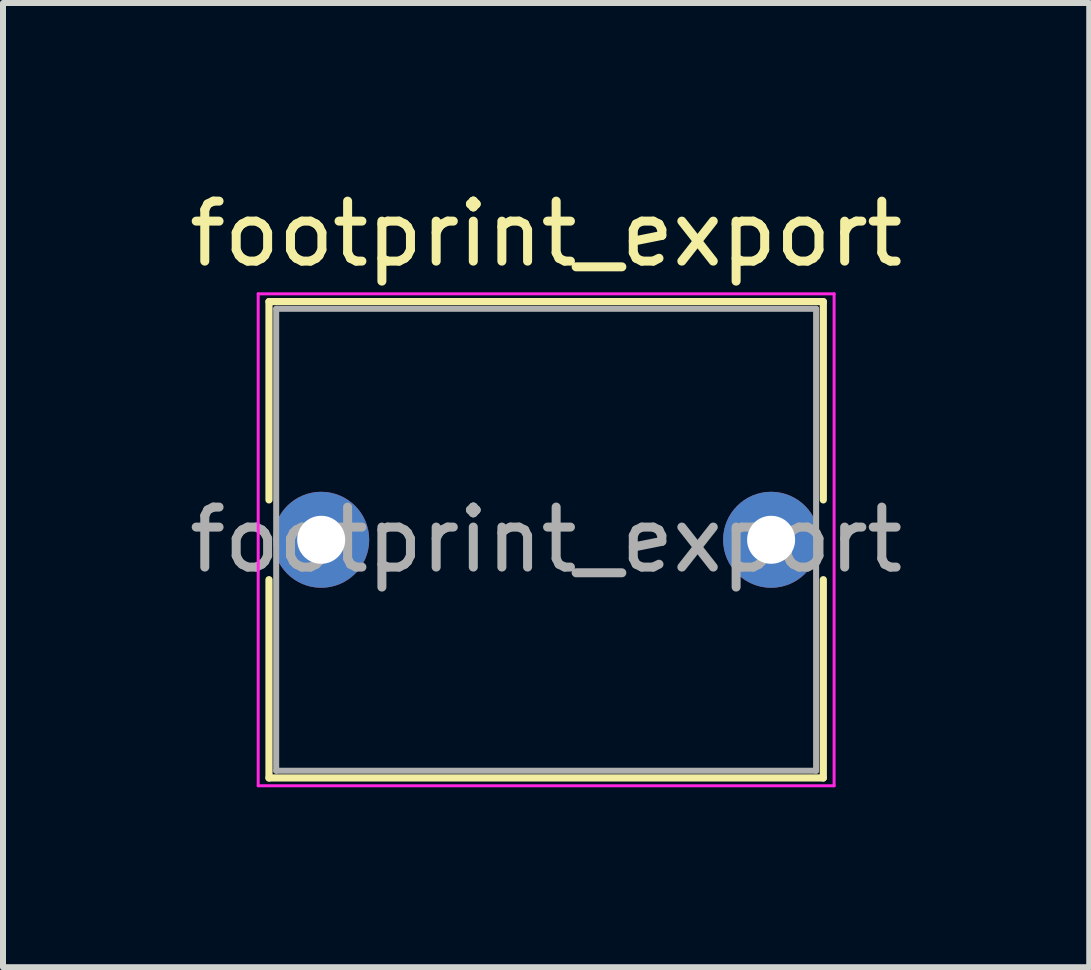
<source format=kicad_pcb>
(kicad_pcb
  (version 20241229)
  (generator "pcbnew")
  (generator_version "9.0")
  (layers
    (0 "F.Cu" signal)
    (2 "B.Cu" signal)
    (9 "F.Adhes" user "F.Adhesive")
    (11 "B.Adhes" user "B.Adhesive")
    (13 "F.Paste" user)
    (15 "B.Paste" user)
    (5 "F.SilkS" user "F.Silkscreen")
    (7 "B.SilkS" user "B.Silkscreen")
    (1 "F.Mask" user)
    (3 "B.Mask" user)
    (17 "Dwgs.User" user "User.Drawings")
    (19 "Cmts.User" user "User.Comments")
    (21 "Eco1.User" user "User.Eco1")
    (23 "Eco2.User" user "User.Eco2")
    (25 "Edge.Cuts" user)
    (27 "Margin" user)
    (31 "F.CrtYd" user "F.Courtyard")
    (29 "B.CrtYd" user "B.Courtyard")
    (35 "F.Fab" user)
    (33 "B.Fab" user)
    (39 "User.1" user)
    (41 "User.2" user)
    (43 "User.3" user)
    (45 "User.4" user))
  (footprint "footprint_export"
    (layer "F.Cu")
    (at 2.304 5.948)
    (property "Reference" "footprint_export" (at 3.75 -5.1 0) (layer "F.SilkS") (effects (font (size 1 1) (thickness 0.15))))
    (attr through_hole)
    (fp_line (start -0.87 -3.97) (end -0.87 -0.665) (stroke (width 0.12) (type solid)) (layer "F.SilkS"))
    (fp_line (start -0.87 -3.97) (end 8.37 -3.97) (stroke (width 0.12) (type solid)) (layer "F.SilkS"))
    (fp_line (start -0.87 0.665) (end -0.87 3.97) (stroke (width 0.12) (type solid)) (layer "F.SilkS"))
    (fp_line (start -0.87 3.97) (end 8.37 3.97) (stroke (width 0.12) (type solid)) (layer "F.SilkS"))
    (fp_line (start 8.37 -3.97) (end 8.37 -0.665) (stroke (width 0.12) (type solid)) (layer "F.SilkS"))
    (fp_line (start 8.37 0.665) (end 8.37 3.97) (stroke (width 0.12) (type solid)) (layer "F.SilkS"))
    (fp_line (start -1.05 -4.1) (end -1.05 4.1) (stroke (width 0.05) (type solid)) (layer "F.CrtYd"))
    (fp_line (start -1.05 4.1) (end 8.55 4.1) (stroke (width 0.05) (type solid)) (layer "F.CrtYd"))
    (fp_line (start 8.55 -4.1) (end -1.05 -4.1) (stroke (width 0.05) (type solid)) (layer "F.CrtYd"))
    (fp_line (start 8.55 4.1) (end 8.55 -4.1) (stroke (width 0.05) (type solid)) (layer "F.CrtYd"))
    (fp_line (start -0.75 -3.85) (end -0.75 3.85) (stroke (width 0.1) (type solid)) (layer "F.Fab"))
    (fp_line (start -0.75 3.85) (end 8.25 3.85) (stroke (width 0.1) (type solid)) (layer "F.Fab"))
    (fp_line (start 8.25 -3.85) (end -0.75 -3.85) (stroke (width 0.1) (type solid)) (layer "F.Fab"))
    (fp_line (start 8.25 3.85) (end 8.25 -3.85) (stroke (width 0.1) (type solid)) (layer "F.Fab"))
    (fp_text user "${REFERENCE}" (at 3.75 0 0) (layer "F.Fab") (effects (font (size 1 1) (thickness 0.15))))
    (pad "1" thru_hole circle (at 0 0) (size 1.6 1.6) (drill 0.8) (layers "*.Cu" "*.Mask"))
    (pad "2" thru_hole circle (at 7.5 0) (size 1.6 1.6) (drill 0.8) (layers "*.Cu" "*.Mask")))
  (gr_rect
    (start -3 -3)
    (end 15.107 13.073)
    (stroke (width 0.1) (type default))
    (fill no)
    (layer "Edge.Cuts")))
</source>
